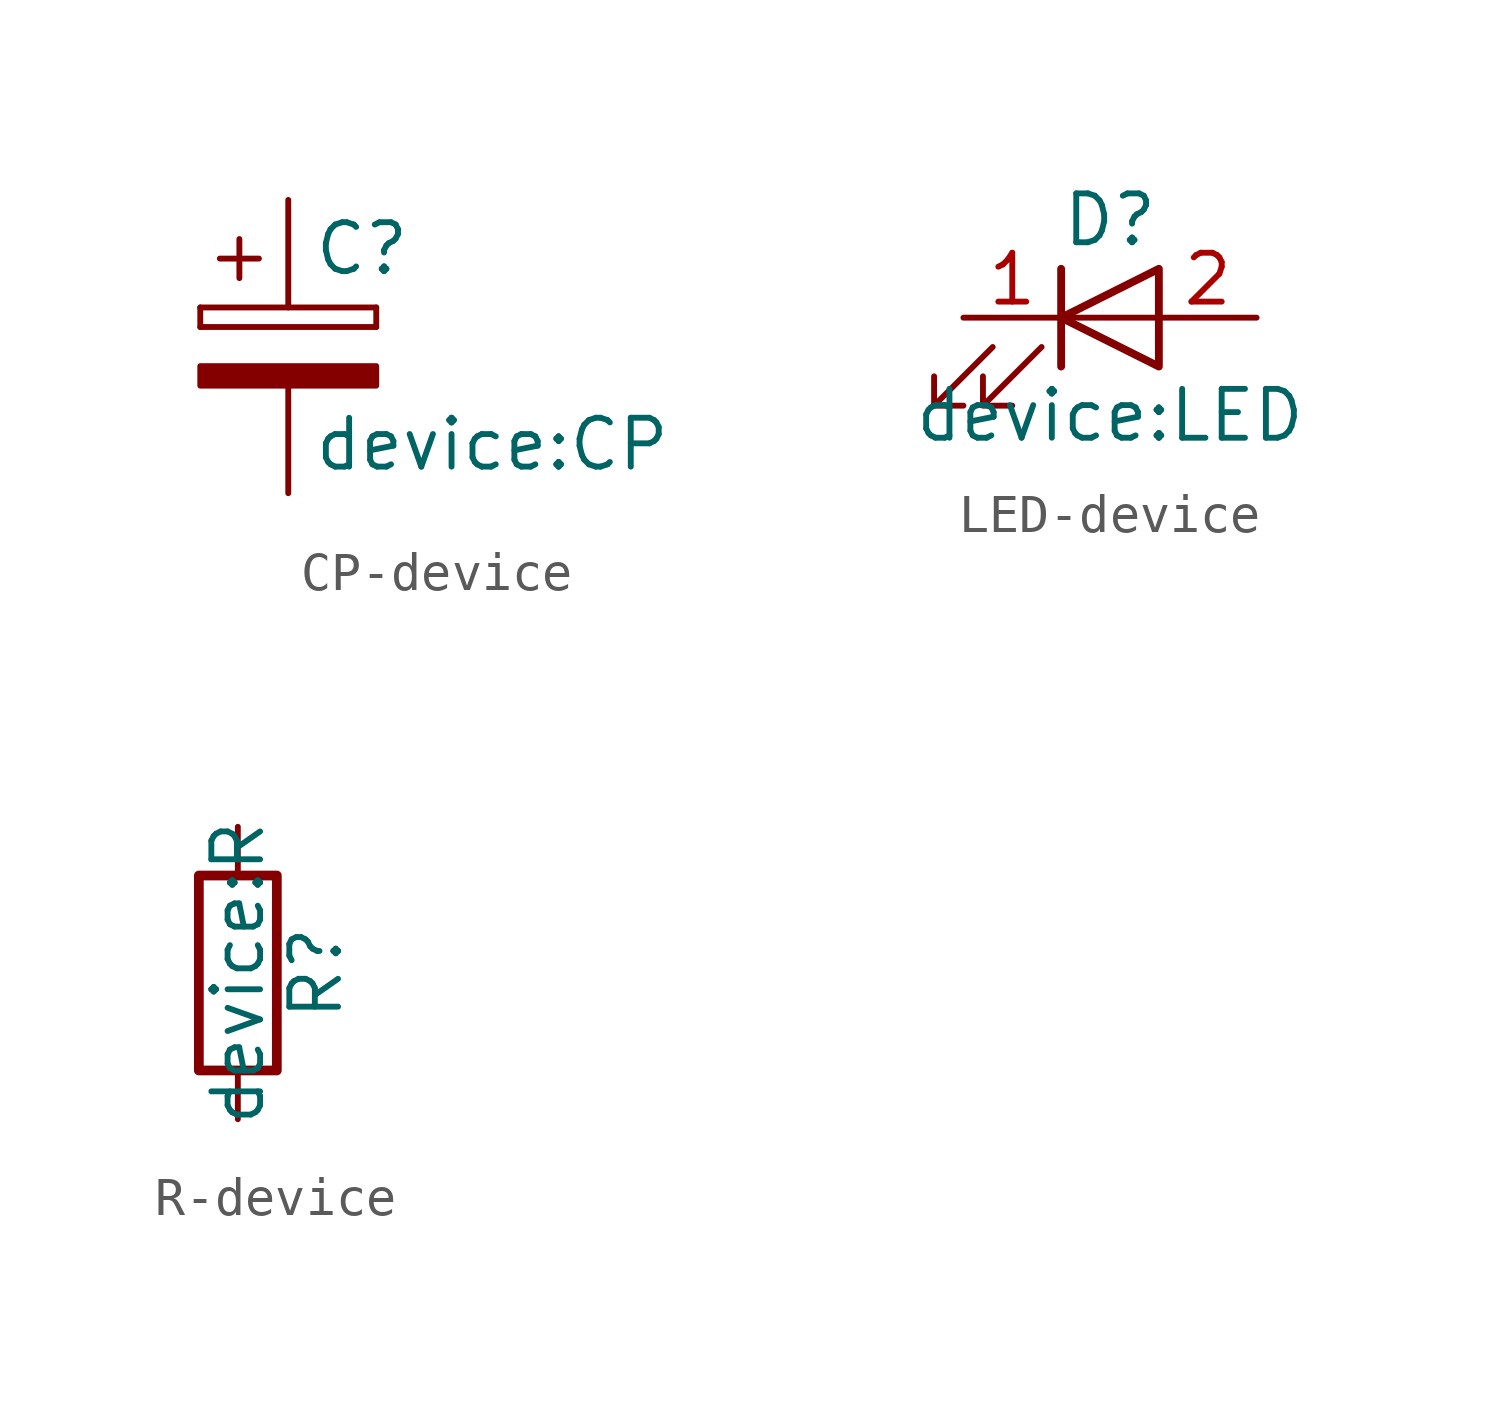
<source format=kicad_sym>
(kicad_symbol_lib
  (version 20220914)
  (generator kicad_symbol_editor)
  (symbol "CP-device"
    (pin_numbers hide)
    (pin_names
      (offset 0.254))
    (property "Reference" "C"
      (at 0.635 2.54 0)
      (effects (font (size 1.27 1.27)) (justify left)))
    (property "Value" "device:CP"
      (at 0.635 -2.54 0)
      (effects (font (size 1.27 1.27)) (justify left)))
    (symbol "CP-device_0_1"
      (rectangle (start -2.286 0.508) (end -2.286 1.016) (stroke (width 0) (type solid)) (fill (type none)))
      (rectangle (start -2.286 0.508) (end 2.286 0.508) (stroke (width 0) (type solid)) (fill (type none)))
      (polyline (pts (xy -1.778 2.286) (xy -0.762 2.286)) (stroke (width 0) (type solid)) (fill (type none)))
      (polyline (pts (xy -1.27 2.794) (xy -1.27 1.778)) (stroke (width 0) (type solid)) (fill (type none)))
      (rectangle (start 2.286 -0.508) (end -2.286 -1.016) (stroke (width 0) (type solid)) (fill (type outline)))
      (rectangle (start 2.286 1.016) (end -2.286 1.016) (stroke (width 0) (type solid)) (fill (type none)))
      (rectangle (start 2.286 1.016) (end 2.286 0.508) (stroke (width 0) (type solid)) (fill (type none))))
    (symbol "CP-device_1_1"
      (pin passive line (at 0 3.81 270) (length 2.794) (name "~" (effects (font (size 1.27 1.27)))) (number "1" (effects (font (size 1.27 1.27)))))
      (pin passive line (at 0 -3.81 90) (length 2.794) (name "~" (effects (font (size 1.27 1.27)))) (number "2" (effects (font (size 1.27 1.27)))))))
  (symbol "LED-device"
    (pin_names
      (offset 1.016) hide)
    (property "Reference" "D"
      (at 0 2.54 0)
      (effects (font (size 1.27 1.27))))
    (property "Value" "device:LED"
      (at 0 -2.54 0)
      (effects (font (size 1.27 1.27))))
    (symbol "LED-device_0_1"
      (polyline (pts (xy -1.27 -1.27) (xy -1.27 1.27)) (stroke (width 0.203) (type solid)) (fill (type none)))
      (polyline (pts (xy -1.27 0) (xy 1.27 0)) (stroke (width 0) (type solid)) (fill (type none)))
      (polyline (pts (xy 1.27 -1.27) (xy 1.27 1.27) (xy -1.27 0) (xy 1.27 -1.27)) (stroke (width 0.203) (type solid)) (fill (type none)))
      (polyline (pts (xy -3.048 -0.762) (xy -4.572 -2.286) (xy -3.81 -2.286) (xy -4.572 -2.286) (xy -4.572 -1.524)) (stroke (width 0) (type solid)) (fill (type none)))
      (polyline (pts (xy -1.778 -0.762) (xy -3.302 -2.286) (xy -2.54 -2.286) (xy -3.302 -2.286) (xy -3.302 -1.524)) (stroke (width 0) (type solid)) (fill (type none))))
    (symbol "LED-device_1_1"
      (pin passive line (at -3.81 0 0) (length 2.54) (name "K" (effects (font (size 1.27 1.27)))) (number "1" (effects (font (size 1.27 1.27)))))
      (pin passive line (at 3.81 0 180) (length 2.54) (name "A" (effects (font (size 1.27 1.27)))) (number "2" (effects (font (size 1.27 1.27)))))))
  (symbol "R-device"
    (pin_numbers hide)
    (pin_names
      (offset 0))
    (property "Reference" "R"
      (at 2.032 0 90)
      (effects (font (size 1.27 1.27))))
    (property "Value" "device:R"
      (at 0 0 90)
      (effects (font (size 1.27 1.27))))
    (symbol "R-device_0_1"
      (rectangle (start -1.016 -2.54) (end 1.016 2.54) (stroke (width 0.254) (type solid)) (fill (type none))))
    (symbol "R-device_1_1"
      (pin passive line (at 0 3.81 270) (length 1.27) (name "~" (effects (font (size 1.27 1.27)))) (number "1" (effects (font (size 1.27 1.27)))))
      (pin passive line (at 0 -3.81 90) (length 1.27) (name "~" (effects (font (size 1.27 1.27)))) (number "2" (effects (font (size 1.27 1.27))))))))
</source>
